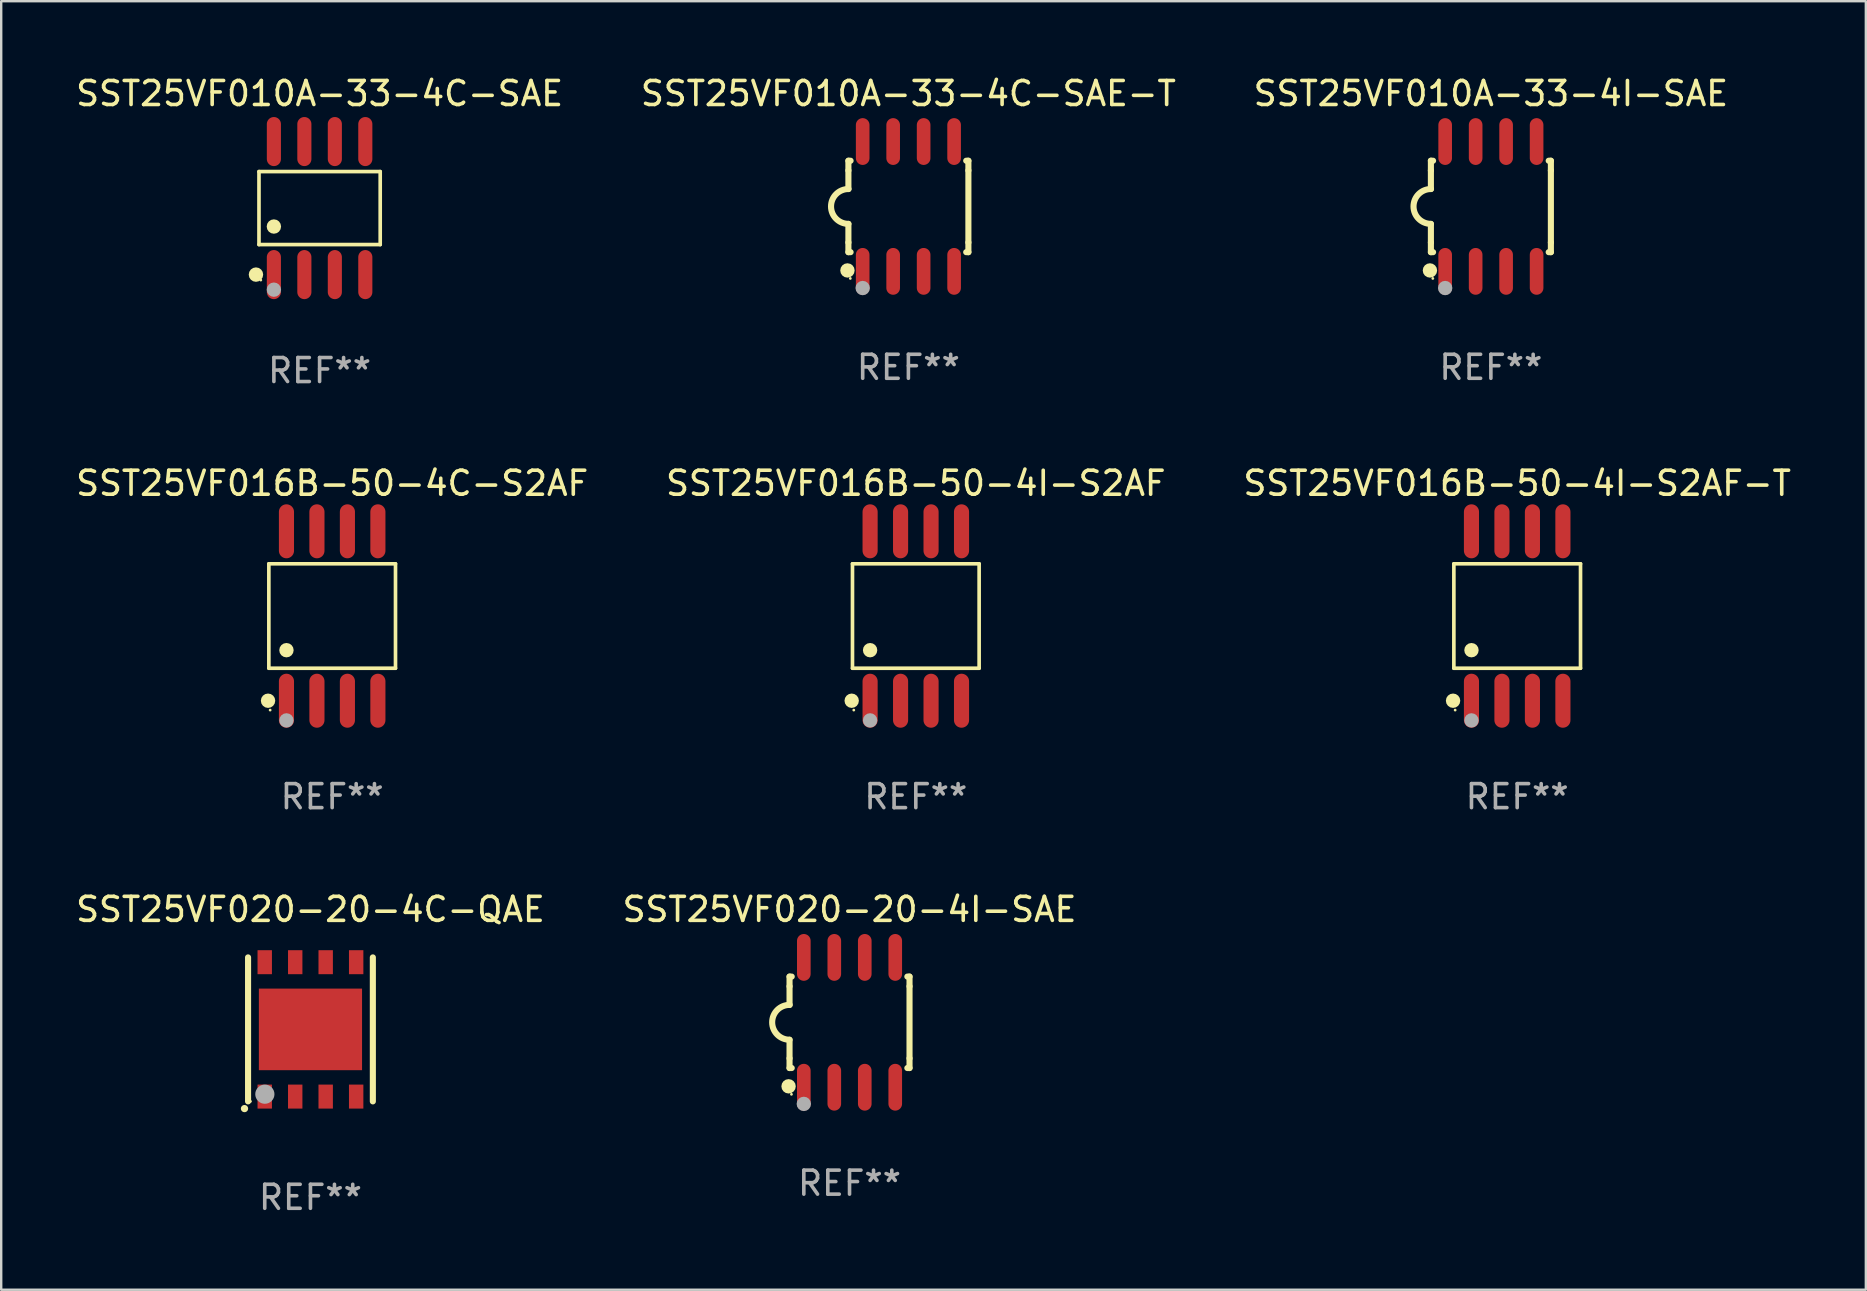
<source format=kicad_pcb>
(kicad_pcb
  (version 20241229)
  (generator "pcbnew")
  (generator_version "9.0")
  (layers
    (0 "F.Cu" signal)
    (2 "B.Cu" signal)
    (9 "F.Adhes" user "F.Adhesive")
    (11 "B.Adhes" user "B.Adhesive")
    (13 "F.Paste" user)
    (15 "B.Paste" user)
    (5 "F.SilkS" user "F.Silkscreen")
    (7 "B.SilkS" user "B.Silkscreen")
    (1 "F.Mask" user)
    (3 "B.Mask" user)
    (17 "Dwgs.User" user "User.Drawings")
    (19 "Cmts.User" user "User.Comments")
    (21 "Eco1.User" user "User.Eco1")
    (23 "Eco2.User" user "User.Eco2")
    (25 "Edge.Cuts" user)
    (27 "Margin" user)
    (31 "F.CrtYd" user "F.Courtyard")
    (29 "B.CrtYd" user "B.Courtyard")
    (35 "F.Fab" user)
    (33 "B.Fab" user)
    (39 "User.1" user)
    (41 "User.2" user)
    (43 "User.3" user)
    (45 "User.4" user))
  (footprint "SST25VF016B-50-4I-S2AF"
    (layer "F.Cu")
    (at 35.113 22.62)
    (property "Reference" "SST25VF016B-50-4I-S2AF" (at 0 -5.53 0) (layer "F.SilkS") (effects (font (size 1 1) (thickness 0.15))))
    (attr through_hole)
    (fp_line (start -2.639 -2.176) (end 2.639 -2.176) (stroke (width 0.152) (type solid)) (layer "F.SilkS"))
    (fp_line (start -2.639 2.176) (end -2.639 -2.176) (stroke (width 0.152) (type solid)) (layer "F.SilkS"))
    (fp_line (start 2.639 -2.176) (end 2.639 2.176) (stroke (width 0.152) (type solid)) (layer "F.SilkS"))
    (fp_line (start 2.639 2.176) (end -2.639 2.176) (stroke (width 0.152) (type solid)) (layer "F.SilkS"))
    (fp_circle (center -2.672 3.53) (end -2.522 3.53) (stroke (width 0.3) (type solid)) (fill no) (layer "F.SilkS"))
    (fp_circle (center -2.585 3.92) (end -2.555 3.92) (stroke (width 0.06) (type solid)) (fill no) (layer "F.SilkS"))
    (fp_circle (center -1.905 1.424) (end -1.755 1.424) (stroke (width 0.3) (type solid)) (fill no) (layer "F.SilkS"))
    (fp_circle (center -1.905 4.35) (end -1.755 4.35) (stroke (width 0.3) (type solid)) (fill no) (layer "F.Fab"))
    (fp_text user "REF**" (at 0 7.53 0) (layer "F.Fab") (effects (font (size 1 1) (thickness 0.15))))
    (pad "1" smd oval (at -1.905 3.53) (size 0.63 2.25) (layers "F.Cu" "F.Mask" "F.Paste"))
    (pad "2" smd oval (at -0.635 3.53) (size 0.63 2.25) (layers "F.Cu" "F.Mask" "F.Paste"))
    (pad "3" smd oval (at 0.635 3.53) (size 0.63 2.25) (layers "F.Cu" "F.Mask" "F.Paste"))
    (pad "4" smd oval (at 1.905 3.53) (size 0.63 2.25) (layers "F.Cu" "F.Mask" "F.Paste"))
    (pad "5" smd oval (at 1.905 -3.53) (size 0.63 2.25) (layers "F.Cu" "F.Mask" "F.Paste"))
    (pad "6" smd oval (at 0.635 -3.53) (size 0.63 2.25) (layers "F.Cu" "F.Mask" "F.Paste"))
    (pad "7" smd oval (at -0.635 -3.53) (size 0.63 2.25) (layers "F.Cu" "F.Mask" "F.Paste"))
    (pad "8" smd oval (at -1.905 -3.53) (size 0.63 2.25) (layers "F.Cu" "F.Mask" "F.Paste")))
  (footprint "SST25VF020-20-4I-SAE"
    (layer "F.Cu")
    (at 32.351 39.551)
    (property "Reference" "SST25VF020-20-4I-SAE" (at 0 -4.705 0) (layer "F.SilkS") (effects (font (size 1 1) (thickness 0.15))))
    (attr through_hole)
    (fp_line (start -2.5 -1.905) (end -2.409 -1.905) (stroke (width 0.254) (type solid)) (layer "F.SilkS"))
    (fp_line (start -2.5 -1.5) (end -2.5 -1.905) (stroke (width 0.254) (type solid)) (layer "F.SilkS"))
    (fp_line (start -2.5 -1.5) (end -2.5 -0.726) (stroke (width 0.254) (type solid)) (layer "F.SilkS"))
    (fp_line (start -2.5 1.5) (end -2.5 0.727) (stroke (width 0.254) (type solid)) (layer "F.SilkS"))
    (fp_line (start -2.5 1.5) (end -2.5 1.905) (stroke (width 0.254) (type solid)) (layer "F.SilkS"))
    (fp_line (start -2.5 1.905) (end -2.409 1.905) (stroke (width 0.254) (type solid)) (layer "F.SilkS"))
    (fp_line (start 2.5 -1.905) (end 2.409 -1.905) (stroke (width 0.254) (type solid)) (layer "F.SilkS"))
    (fp_line (start 2.5 -1.5) (end 2.5 -1.905) (stroke (width 0.254) (type solid)) (layer "F.SilkS"))
    (fp_line (start 2.5 -1.5) (end 2.5 1.5) (stroke (width 0.254) (type solid)) (layer "F.SilkS"))
    (fp_line (start 2.5 1.5) (end 2.5 1.905) (stroke (width 0.254) (type solid)) (layer "F.SilkS"))
    (fp_line (start 2.5 1.905) (end 2.409 1.905) (stroke (width 0.254) (type solid)) (layer "F.SilkS"))
    (fp_arc (start -2.5 0.726568) (mid -3.220316 -0.0023) (end -2.495097 -0.726289) (stroke (width 0.254001) (type solid)) (layer "F.SilkS"))
    (fp_circle (center -2.54 2.667) (end -2.39 2.667) (stroke (width 0.3) (type solid)) (fill no) (layer "F.SilkS"))
    (fp_circle (center -2.42 3) (end -2.39 3) (stroke (width 0.06) (type solid)) (fill no) (layer "F.SilkS"))
    (fp_circle (center -1.905 3.4) (end -1.755 3.4) (stroke (width 0.3) (type solid)) (fill no) (layer "F.Fab"))
    (fp_text user "REF**" (at 0 6.705 0) (layer "F.Fab") (effects (font (size 1 1) (thickness 0.15))))
    (pad "1" smd oval (at -1.905 2.705) (size 0.568 1.95) (layers "F.Cu" "F.Mask" "F.Paste"))
    (pad "2" smd oval (at -0.635 2.705) (size 0.568 1.95) (layers "F.Cu" "F.Mask" "F.Paste"))
    (pad "3" smd oval (at 0.635 2.705) (size 0.568 1.95) (layers "F.Cu" "F.Mask" "F.Paste"))
    (pad "4" smd oval (at 1.905 2.705) (size 0.568 1.95) (layers "F.Cu" "F.Mask" "F.Paste"))
    (pad "5" smd oval (at 1.905 -2.705) (size 0.568 1.95) (layers "F.Cu" "F.Mask" "F.Paste"))
    (pad "6" smd oval (at 0.635 -2.705) (size 0.568 1.95) (layers "F.Cu" "F.Mask" "F.Paste"))
    (pad "7" smd oval (at -0.635 -2.705) (size 0.568 1.95) (layers "F.Cu" "F.Mask" "F.Paste"))
    (pad "8" smd oval (at -1.905 -2.705) (size 0.568 1.95) (layers "F.Cu" "F.Mask" "F.Paste")))
  (footprint "SST25VF010A-33-4C-SAE-T"
    (layer "F.Cu")
    (at 34.804 5.553)
    (property "Reference" "SST25VF010A-33-4C-SAE-T" (at 0 -4.705 0) (layer "F.SilkS") (effects (font (size 1 1) (thickness 0.15))))
    (attr through_hole)
    (fp_line (start -2.5 -1.905) (end -2.409 -1.905) (stroke (width 0.254) (type solid)) (layer "F.SilkS"))
    (fp_line (start -2.5 -1.5) (end -2.5 -1.905) (stroke (width 0.254) (type solid)) (layer "F.SilkS"))
    (fp_line (start -2.5 -1.5) (end -2.5 -0.726) (stroke (width 0.254) (type solid)) (layer "F.SilkS"))
    (fp_line (start -2.5 1.5) (end -2.5 0.727) (stroke (width 0.254) (type solid)) (layer "F.SilkS"))
    (fp_line (start -2.5 1.5) (end -2.5 1.905) (stroke (width 0.254) (type solid)) (layer "F.SilkS"))
    (fp_line (start -2.5 1.905) (end -2.409 1.905) (stroke (width 0.254) (type solid)) (layer "F.SilkS"))
    (fp_line (start 2.5 -1.905) (end 2.409 -1.905) (stroke (width 0.254) (type solid)) (layer "F.SilkS"))
    (fp_line (start 2.5 -1.5) (end 2.5 -1.905) (stroke (width 0.254) (type solid)) (layer "F.SilkS"))
    (fp_line (start 2.5 -1.5) (end 2.5 1.5) (stroke (width 0.254) (type solid)) (layer "F.SilkS"))
    (fp_line (start 2.5 1.5) (end 2.5 1.905) (stroke (width 0.254) (type solid)) (layer "F.SilkS"))
    (fp_line (start 2.5 1.905) (end 2.409 1.905) (stroke (width 0.254) (type solid)) (layer "F.SilkS"))
    (fp_arc (start -2.5 0.726568) (mid -3.220316 -0.0023) (end -2.495097 -0.726289) (stroke (width 0.254001) (type solid)) (layer "F.SilkS"))
    (fp_circle (center -2.54 2.667) (end -2.39 2.667) (stroke (width 0.3) (type solid)) (fill no) (layer "F.SilkS"))
    (fp_circle (center -2.42 3) (end -2.39 3) (stroke (width 0.06) (type solid)) (fill no) (layer "F.SilkS"))
    (fp_circle (center -1.905 3.4) (end -1.755 3.4) (stroke (width 0.3) (type solid)) (fill no) (layer "F.Fab"))
    (fp_text user "REF**" (at 0 6.705 0) (layer "F.Fab") (effects (font (size 1 1) (thickness 0.15))))
    (pad "1" smd oval (at -1.905 2.705) (size 0.568 1.95) (layers "F.Cu" "F.Mask" "F.Paste"))
    (pad "2" smd oval (at -0.635 2.705) (size 0.568 1.95) (layers "F.Cu" "F.Mask" "F.Paste"))
    (pad "3" smd oval (at 0.635 2.705) (size 0.568 1.95) (layers "F.Cu" "F.Mask" "F.Paste"))
    (pad "4" smd oval (at 1.905 2.705) (size 0.568 1.95) (layers "F.Cu" "F.Mask" "F.Paste"))
    (pad "5" smd oval (at 1.905 -2.705) (size 0.568 1.95) (layers "F.Cu" "F.Mask" "F.Paste"))
    (pad "6" smd oval (at 0.635 -2.705) (size 0.568 1.95) (layers "F.Cu" "F.Mask" "F.Paste"))
    (pad "7" smd oval (at -0.635 -2.705) (size 0.568 1.95) (layers "F.Cu" "F.Mask" "F.Paste"))
    (pad "8" smd oval (at -1.905 -2.705) (size 0.568 1.95) (layers "F.Cu" "F.Mask" "F.Paste")))
  (footprint "SST25VF020-20-4C-QAE"
    (layer "F.Cu")
    (at 9.887 39.846)
    (property "Reference" "SST25VF020-20-4C-QAE" (at 0 -5 0) (layer "F.SilkS") (effects (font (size 1 1) (thickness 0.15))))
    (attr through_hole)
    (fp_line (start -2.6 3) (end -2.6 -3) (stroke (width 0.254) (type solid)) (layer "F.SilkS"))
    (fp_line (start 2.6 3) (end 2.6 -3) (stroke (width 0.254) (type solid)) (layer "F.SilkS"))
    (fp_arc (start -2.74986 3.300127) (mid -2.74859 3.300122) (end -2.74732 3.300127) (stroke (width 0.3) (type solid)) (layer "F.SilkS"))
    (fp_circle (center -2.5 3) (end -2.47 3) (stroke (width 0.06) (type solid)) (fill no) (layer "F.SilkS"))
    (fp_circle (center -1.9 2.7) (end -1.7 2.7) (stroke (width 0.4) (type solid)) (fill no) (layer "F.Fab"))
    (fp_text user "REF**" (at 0 7 0) (layer "F.Fab") (effects (font (size 1 1) (thickness 0.15))))
    (pad "1" smd rect (at -1.905 2.8 180) (size 0.6 1) (layers "F.Cu" "F.Mask" "F.Paste"))
    (pad "2" smd rect (at -0.635 2.8 180) (size 0.6 1) (layers "F.Cu" "F.Mask" "F.Paste"))
    (pad "3" smd rect (at 0.635 2.8 180) (size 0.6 1) (layers "F.Cu" "F.Mask" "F.Paste"))
    (pad "4" smd rect (at 1.905 2.8 180) (size 0.6 1) (layers "F.Cu" "F.Mask" "F.Paste"))
    (pad "5" smd rect (at 1.905 -2.8) (size 0.6 1) (layers "F.Cu" "F.Mask" "F.Paste"))
    (pad "6" smd rect (at 0.635 -2.8) (size 0.6 1) (layers "F.Cu" "F.Mask" "F.Paste"))
    (pad "7" smd rect (at -0.635 -2.8) (size 0.6 1) (layers "F.Cu" "F.Mask" "F.Paste"))
    (pad "8" smd rect (at -1.905 -2.8) (size 0.6 1) (layers "F.Cu" "F.Mask" "F.Paste"))
    (pad "9" smd rect (at 0.000127 0.000127 180) (size 4.3 3.4) (layers "F.Cu" "F.Mask" "F.Paste")))
  (footprint "SST25VF016B-50-4C-S2AF"
    (layer "F.Cu")
    (at 10.792 22.62)
    (property "Reference" "SST25VF016B-50-4C-S2AF" (at 0 -5.53 0) (layer "F.SilkS") (effects (font (size 1 1) (thickness 0.15))))
    (attr through_hole)
    (fp_line (start -2.639 -2.176) (end 2.639 -2.176) (stroke (width 0.152) (type solid)) (layer "F.SilkS"))
    (fp_line (start -2.639 2.176) (end -2.639 -2.176) (stroke (width 0.152) (type solid)) (layer "F.SilkS"))
    (fp_line (start 2.639 -2.176) (end 2.639 2.176) (stroke (width 0.152) (type solid)) (layer "F.SilkS"))
    (fp_line (start 2.639 2.176) (end -2.639 2.176) (stroke (width 0.152) (type solid)) (layer "F.SilkS"))
    (fp_circle (center -2.672 3.53) (end -2.522 3.53) (stroke (width 0.3) (type solid)) (fill no) (layer "F.SilkS"))
    (fp_circle (center -2.585 3.92) (end -2.555 3.92) (stroke (width 0.06) (type solid)) (fill no) (layer "F.SilkS"))
    (fp_circle (center -1.905 1.424) (end -1.755 1.424) (stroke (width 0.3) (type solid)) (fill no) (layer "F.SilkS"))
    (fp_circle (center -1.905 4.35) (end -1.755 4.35) (stroke (width 0.3) (type solid)) (fill no) (layer "F.Fab"))
    (fp_text user "REF**" (at 0 7.53 0) (layer "F.Fab") (effects (font (size 1 1) (thickness 0.15))))
    (pad "1" smd oval (at -1.905 3.53) (size 0.63 2.25) (layers "F.Cu" "F.Mask" "F.Paste"))
    (pad "2" smd oval (at -0.635 3.53) (size 0.63 2.25) (layers "F.Cu" "F.Mask" "F.Paste"))
    (pad "3" smd oval (at 0.635 3.53) (size 0.63 2.25) (layers "F.Cu" "F.Mask" "F.Paste"))
    (pad "4" smd oval (at 1.905 3.53) (size 0.63 2.25) (layers "F.Cu" "F.Mask" "F.Paste"))
    (pad "5" smd oval (at 1.905 -3.53) (size 0.63 2.25) (layers "F.Cu" "F.Mask" "F.Paste"))
    (pad "6" smd oval (at 0.635 -3.53) (size 0.63 2.25) (layers "F.Cu" "F.Mask" "F.Paste"))
    (pad "7" smd oval (at -0.635 -3.53) (size 0.63 2.25) (layers "F.Cu" "F.Mask" "F.Paste"))
    (pad "8" smd oval (at -1.905 -3.53) (size 0.63 2.25) (layers "F.Cu" "F.Mask" "F.Paste")))
  (footprint "SST25VF010A-33-4C-SAE"
    (layer "F.Cu")
    (at 10.268 5.621)
    (property "Reference" "SST25VF010A-33-4C-SAE" (at 0 -4.772 0) (layer "F.SilkS") (effects (font (size 1 1) (thickness 0.15))))
    (attr through_hole)
    (fp_line (start -2.526 -1.521) (end 2.526 -1.521) (stroke (width 0.152) (type solid)) (layer "F.SilkS"))
    (fp_line (start -2.526 1.521) (end -2.526 -1.521) (stroke (width 0.152) (type solid)) (layer "F.SilkS"))
    (fp_line (start 2.526 -1.521) (end 2.526 1.521) (stroke (width 0.152) (type solid)) (layer "F.SilkS"))
    (fp_line (start 2.526 1.521) (end -2.526 1.521) (stroke (width 0.152) (type solid)) (layer "F.SilkS"))
    (fp_circle (center -2.652 2.772) (end -2.501 2.772) (stroke (width 0.3) (type solid)) (fill no) (layer "F.SilkS"))
    (fp_circle (center -2.45 3) (end -2.42 3) (stroke (width 0.06) (type solid)) (fill no) (layer "F.SilkS"))
    (fp_circle (center -1.905 0.769) (end -1.755 0.769) (stroke (width 0.3) (type solid)) (fill no) (layer "F.SilkS"))
    (fp_circle (center -1.905 3.4) (end -1.755 3.4) (stroke (width 0.3) (type solid)) (fill no) (layer "F.Fab"))
    (fp_text user "REF**" (at 0 6.772 0) (layer "F.Fab") (effects (font (size 1 1) (thickness 0.15))))
    (pad "1" smd oval (at -1.905 2.772) (size 0.588 2.045) (layers "F.Cu" "F.Mask" "F.Paste"))
    (pad "2" smd oval (at -0.635 2.772) (size 0.588 2.045) (layers "F.Cu" "F.Mask" "F.Paste"))
    (pad "3" smd oval (at 0.635 2.772) (size 0.588 2.045) (layers "F.Cu" "F.Mask" "F.Paste"))
    (pad "4" smd oval (at 1.905 2.772) (size 0.588 2.045) (layers "F.Cu" "F.Mask" "F.Paste"))
    (pad "5" smd oval (at 1.905 -2.772) (size 0.588 2.045) (layers "F.Cu" "F.Mask" "F.Paste"))
    (pad "6" smd oval (at 0.635 -2.772) (size 0.588 2.045) (layers "F.Cu" "F.Mask" "F.Paste"))
    (pad "7" smd oval (at -0.635 -2.772) (size 0.588 2.045) (layers "F.Cu" "F.Mask" "F.Paste"))
    (pad "8" smd oval (at -1.905 -2.772) (size 0.588 2.045) (layers "F.Cu" "F.Mask" "F.Paste")))
  (footprint "SST25VF016B-50-4I-S2AF-T"
    (layer "F.Cu")
    (at 60.173 22.62)
    (property "Reference" "SST25VF016B-50-4I-S2AF-T" (at 0 -5.53 0) (layer "F.SilkS") (effects (font (size 1 1) (thickness 0.15))))
    (attr through_hole)
    (fp_line (start -2.639 -2.176) (end 2.639 -2.176) (stroke (width 0.152) (type solid)) (layer "F.SilkS"))
    (fp_line (start -2.639 2.176) (end -2.639 -2.176) (stroke (width 0.152) (type solid)) (layer "F.SilkS"))
    (fp_line (start 2.639 -2.176) (end 2.639 2.176) (stroke (width 0.152) (type solid)) (layer "F.SilkS"))
    (fp_line (start 2.639 2.176) (end -2.639 2.176) (stroke (width 0.152) (type solid)) (layer "F.SilkS"))
    (fp_circle (center -2.672 3.53) (end -2.522 3.53) (stroke (width 0.3) (type solid)) (fill no) (layer "F.SilkS"))
    (fp_circle (center -2.585 3.92) (end -2.555 3.92) (stroke (width 0.06) (type solid)) (fill no) (layer "F.SilkS"))
    (fp_circle (center -1.905 1.424) (end -1.755 1.424) (stroke (width 0.3) (type solid)) (fill no) (layer "F.SilkS"))
    (fp_circle (center -1.905 4.35) (end -1.755 4.35) (stroke (width 0.3) (type solid)) (fill no) (layer "F.Fab"))
    (fp_text user "REF**" (at 0 7.53 0) (layer "F.Fab") (effects (font (size 1 1) (thickness 0.15))))
    (pad "1" smd oval (at -1.905 3.53) (size 0.63 2.25) (layers "F.Cu" "F.Mask" "F.Paste"))
    (pad "2" smd oval (at -0.635 3.53) (size 0.63 2.25) (layers "F.Cu" "F.Mask" "F.Paste"))
    (pad "3" smd oval (at 0.635 3.53) (size 0.63 2.25) (layers "F.Cu" "F.Mask" "F.Paste"))
    (pad "4" smd oval (at 1.905 3.53) (size 0.63 2.25) (layers "F.Cu" "F.Mask" "F.Paste"))
    (pad "5" smd oval (at 1.905 -3.53) (size 0.63 2.25) (layers "F.Cu" "F.Mask" "F.Paste"))
    (pad "6" smd oval (at 0.635 -3.53) (size 0.63 2.25) (layers "F.Cu" "F.Mask" "F.Paste"))
    (pad "7" smd oval (at -0.635 -3.53) (size 0.63 2.25) (layers "F.Cu" "F.Mask" "F.Paste"))
    (pad "8" smd oval (at -1.905 -3.53) (size 0.63 2.25) (layers "F.Cu" "F.Mask" "F.Paste")))
  (footprint "SST25VF010A-33-4I-SAE"
    (layer "F.Cu")
    (at 59.077 5.553)
    (property "Reference" "SST25VF010A-33-4I-SAE" (at 0 -4.705 0) (layer "F.SilkS") (effects (font (size 1 1) (thickness 0.15))))
    (attr through_hole)
    (fp_line (start -2.5 -1.905) (end -2.409 -1.905) (stroke (width 0.254) (type solid)) (layer "F.SilkS"))
    (fp_line (start -2.5 -1.5) (end -2.5 -1.905) (stroke (width 0.254) (type solid)) (layer "F.SilkS"))
    (fp_line (start -2.5 -1.5) (end -2.5 -0.726) (stroke (width 0.254) (type solid)) (layer "F.SilkS"))
    (fp_line (start -2.5 1.5) (end -2.5 0.727) (stroke (width 0.254) (type solid)) (layer "F.SilkS"))
    (fp_line (start -2.5 1.5) (end -2.5 1.905) (stroke (width 0.254) (type solid)) (layer "F.SilkS"))
    (fp_line (start -2.5 1.905) (end -2.409 1.905) (stroke (width 0.254) (type solid)) (layer "F.SilkS"))
    (fp_line (start 2.5 -1.905) (end 2.409 -1.905) (stroke (width 0.254) (type solid)) (layer "F.SilkS"))
    (fp_line (start 2.5 -1.5) (end 2.5 -1.905) (stroke (width 0.254) (type solid)) (layer "F.SilkS"))
    (fp_line (start 2.5 -1.5) (end 2.5 1.5) (stroke (width 0.254) (type solid)) (layer "F.SilkS"))
    (fp_line (start 2.5 1.5) (end 2.5 1.905) (stroke (width 0.254) (type solid)) (layer "F.SilkS"))
    (fp_line (start 2.5 1.905) (end 2.409 1.905) (stroke (width 0.254) (type solid)) (layer "F.SilkS"))
    (fp_arc (start -2.5 0.726568) (mid -3.220316 -0.0023) (end -2.495097 -0.726289) (stroke (width 0.254001) (type solid)) (layer "F.SilkS"))
    (fp_circle (center -2.54 2.667) (end -2.39 2.667) (stroke (width 0.3) (type solid)) (fill no) (layer "F.SilkS"))
    (fp_circle (center -2.42 3) (end -2.39 3) (stroke (width 0.06) (type solid)) (fill no) (layer "F.SilkS"))
    (fp_circle (center -1.905 3.4) (end -1.755 3.4) (stroke (width 0.3) (type solid)) (fill no) (layer "F.Fab"))
    (fp_text user "REF**" (at 0 6.705 0) (layer "F.Fab") (effects (font (size 1 1) (thickness 0.15))))
    (pad "1" smd oval (at -1.905 2.705) (size 0.568 1.95) (layers "F.Cu" "F.Mask" "F.Paste"))
    (pad "2" smd oval (at -0.635 2.705) (size 0.568 1.95) (layers "F.Cu" "F.Mask" "F.Paste"))
    (pad "3" smd oval (at 0.635 2.705) (size 0.568 1.95) (layers "F.Cu" "F.Mask" "F.Paste"))
    (pad "4" smd oval (at 1.905 2.705) (size 0.568 1.95) (layers "F.Cu" "F.Mask" "F.Paste"))
    (pad "5" smd oval (at 1.905 -2.705) (size 0.568 1.95) (layers "F.Cu" "F.Mask" "F.Paste"))
    (pad "6" smd oval (at 0.635 -2.705) (size 0.568 1.95) (layers "F.Cu" "F.Mask" "F.Paste"))
    (pad "7" smd oval (at -0.635 -2.705) (size 0.568 1.95) (layers "F.Cu" "F.Mask" "F.Paste"))
    (pad "8" smd oval (at -1.905 -2.705) (size 0.568 1.95) (layers "F.Cu" "F.Mask" "F.Paste")))
  (gr_rect
    (start -3 -3)
    (end 74.702 50.695)
    (stroke (width 0.1) (type default))
    (fill no)
    (layer "Edge.Cuts")))
</source>
